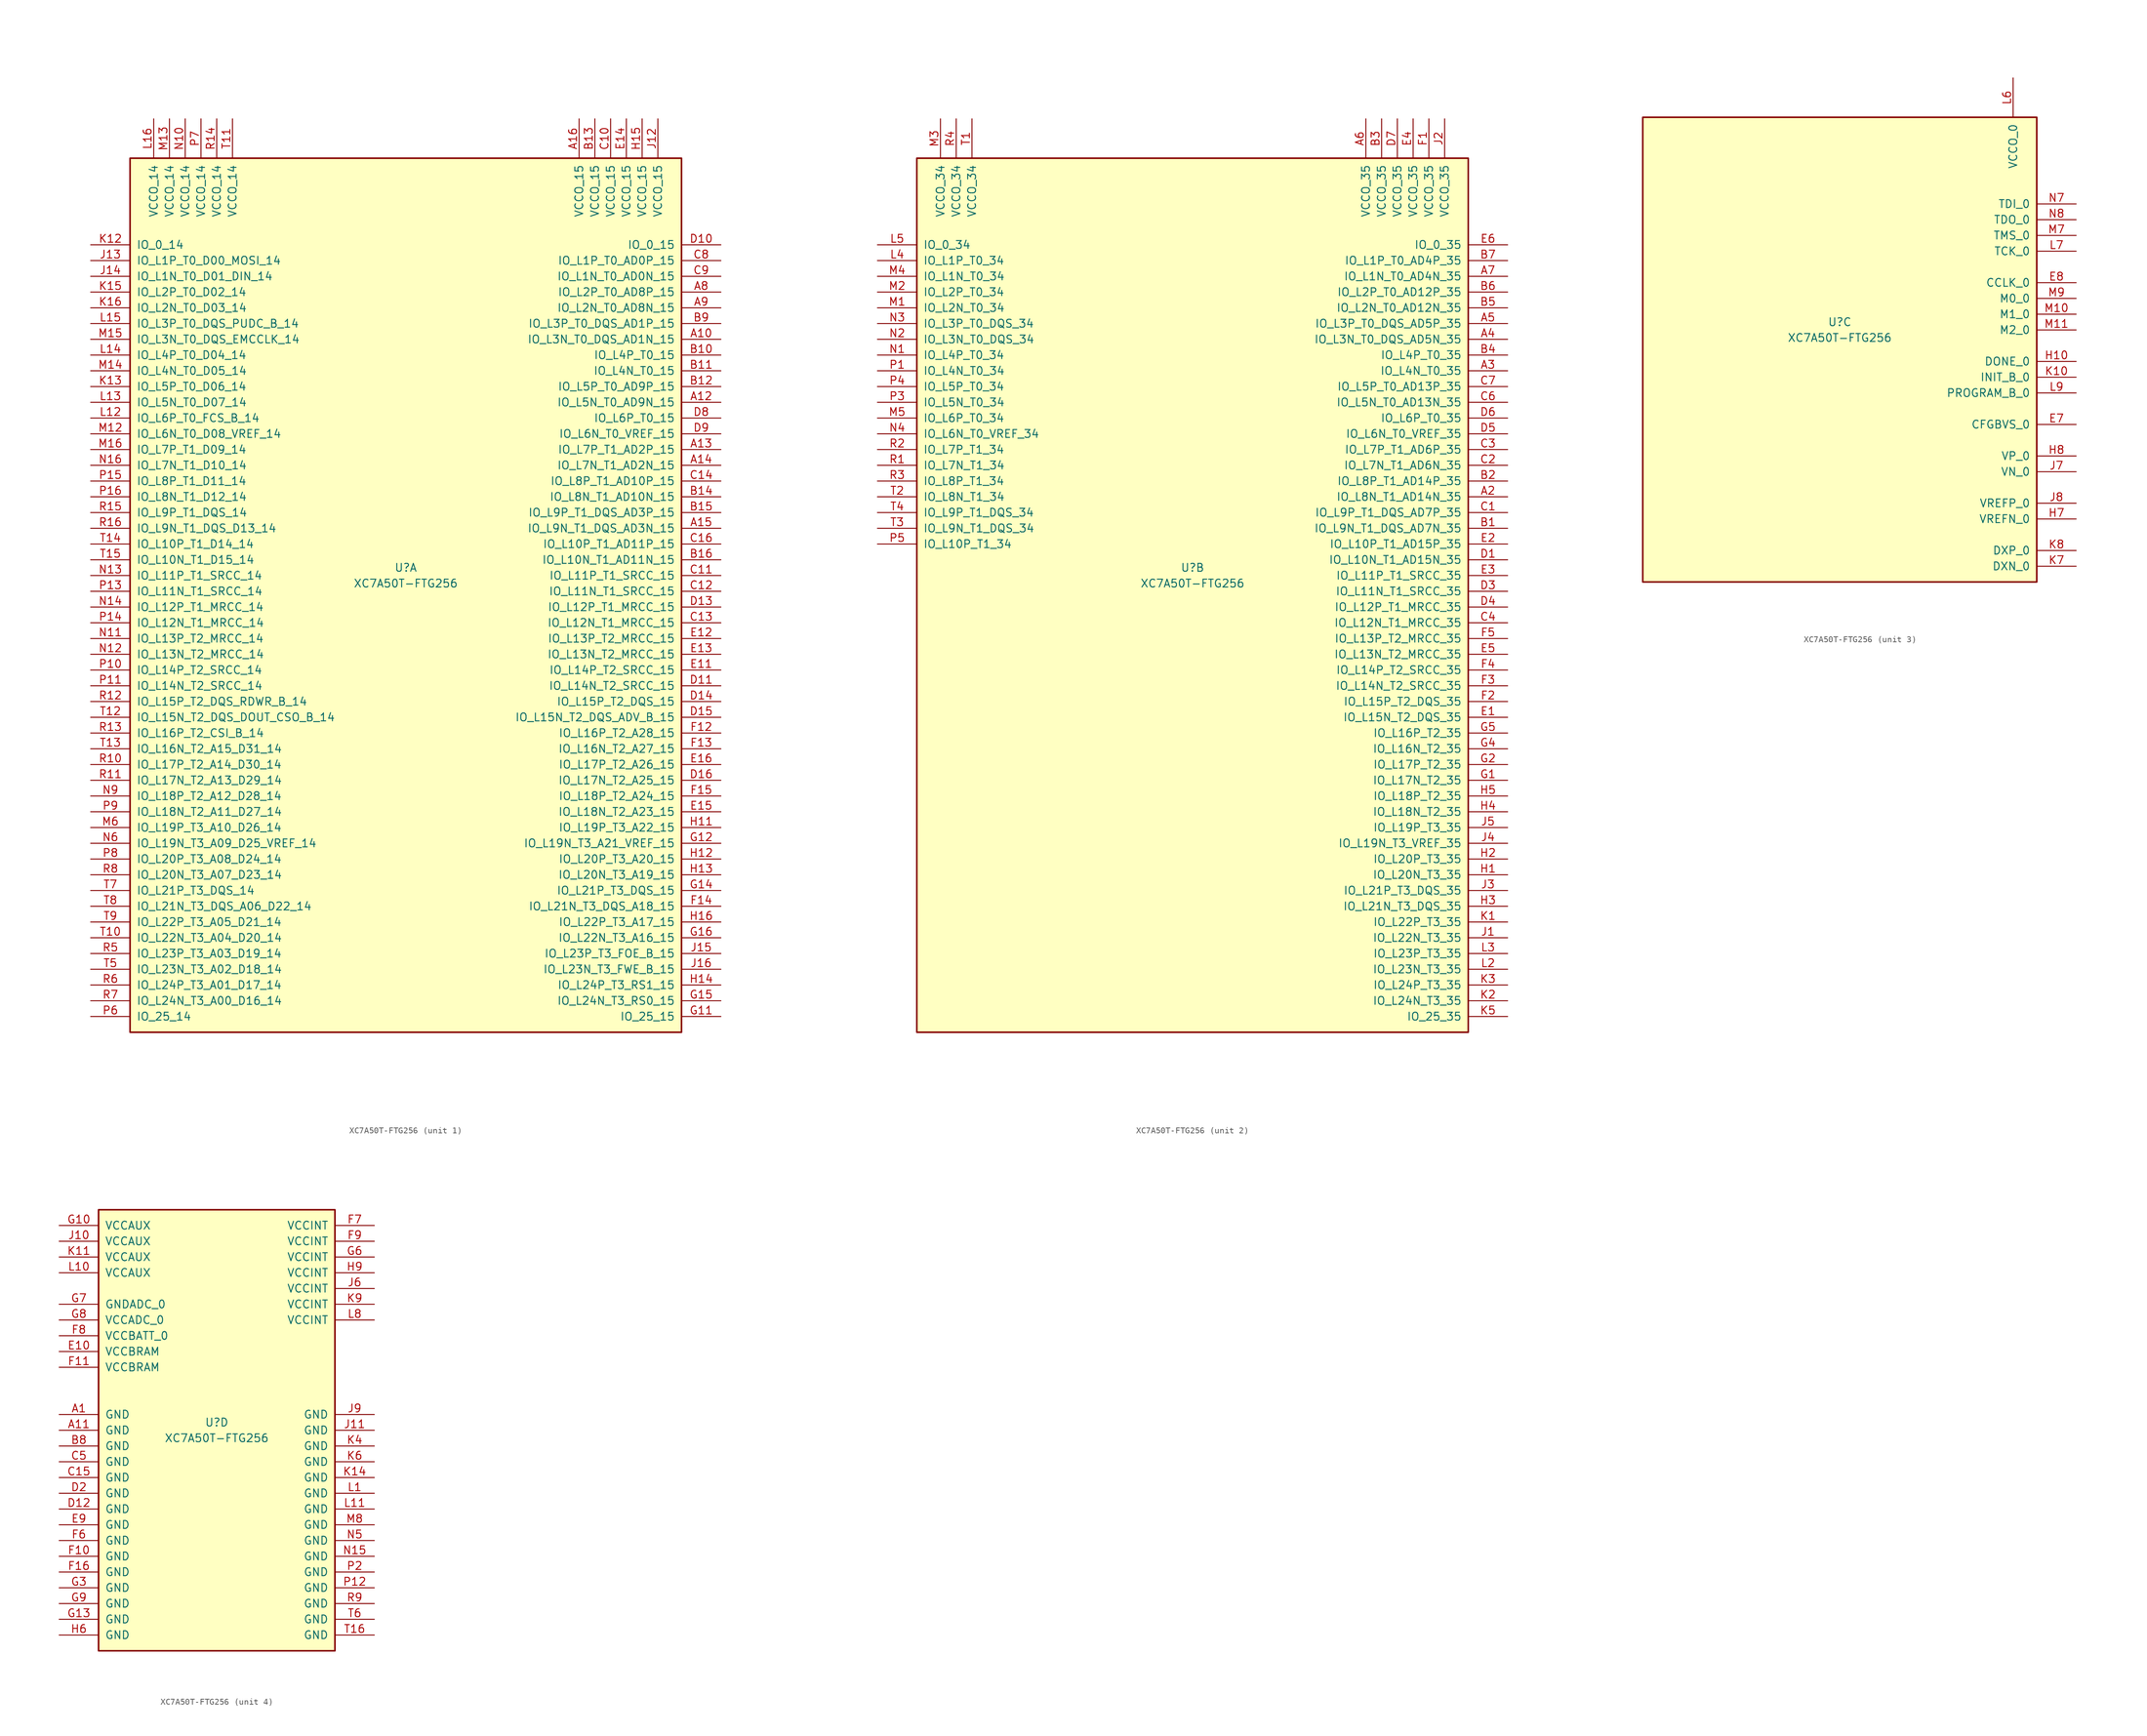
<source format=kicad_sym>
(kicad_symbol_lib
  (version 20201005)
  (generator kicad_symbol_editor)
  (symbol "XC7A50T-FTG256"
    (pin_names
      (offset 1.016))
    (property "Reference" "U"
      (at 0 1.27 0)
      (effects (font (size 1.27 1.27))))
    (property "Value" "XC7A50T-FTG256"
      (at 0 -1.27 0)
      (effects (font (size 1.27 1.27))))
    (property "Datasheet" ""
      (at 0 0 0)
      (effects (font (size 1.27 1.27))))
    (property "ki_locked" ""
      (at 0 0 0)
      (effects (font (size 1.27 1.27))))
    (symbol "XC7A50T-FTG256_1_1"
      (rectangle (start -44.45 67.31) (end 44.45 -73.66) (stroke (width 0.254)) (fill (type background)))
      (pin power_in line (at -40.64 73.66 270) (length 6.35) (name "VCCO_14" (effects (font (size 1.27 1.27)))) (number "L16" (effects (font (size 1.27 1.27)))))
      (pin power_in line (at -38.1 73.66 270) (length 6.35) (name "VCCO_14" (effects (font (size 1.27 1.27)))) (number "M13" (effects (font (size 1.27 1.27)))))
      (pin power_in line (at -35.56 73.66 270) (length 6.35) (name "VCCO_14" (effects (font (size 1.27 1.27)))) (number "N10" (effects (font (size 1.27 1.27)))))
      (pin power_in line (at -33.02 73.66 270) (length 6.35) (name "VCCO_14" (effects (font (size 1.27 1.27)))) (number "P7" (effects (font (size 1.27 1.27)))))
      (pin power_in line (at -30.48 73.66 270) (length 6.35) (name "VCCO_14" (effects (font (size 1.27 1.27)))) (number "R14" (effects (font (size 1.27 1.27)))))
      (pin power_in line (at -27.94 73.66 270) (length 6.35) (name "VCCO_14" (effects (font (size 1.27 1.27)))) (number "T11" (effects (font (size 1.27 1.27)))))
      (pin bidirectional line (at -50.8 53.34 0) (length 6.35) (name "IO_0_14" (effects (font (size 1.27 1.27)))) (number "K12" (effects (font (size 1.27 1.27)))))
      (pin bidirectional line (at -50.8 50.8 0) (length 6.35) (name "IO_L1P_T0_D00_MOSI_14" (effects (font (size 1.27 1.27)))) (number "J13" (effects (font (size 1.27 1.27)))))
      (pin bidirectional line (at -50.8 48.26 0) (length 6.35) (name "IO_L1N_T0_D01_DIN_14" (effects (font (size 1.27 1.27)))) (number "J14" (effects (font (size 1.27 1.27)))))
      (pin bidirectional line (at -50.8 45.72 0) (length 6.35) (name "IO_L2P_T0_D02_14" (effects (font (size 1.27 1.27)))) (number "K15" (effects (font (size 1.27 1.27)))))
      (pin bidirectional line (at -50.8 43.18 0) (length 6.35) (name "IO_L2N_T0_D03_14" (effects (font (size 1.27 1.27)))) (number "K16" (effects (font (size 1.27 1.27)))))
      (pin bidirectional line (at -50.8 40.64 0) (length 6.35) (name "IO_L3P_T0_DQS_PUDC_B_14" (effects (font (size 1.27 1.27)))) (number "L15" (effects (font (size 1.27 1.27)))))
      (pin bidirectional line (at -50.8 38.1 0) (length 6.35) (name "IO_L3N_T0_DQS_EMCCLK_14" (effects (font (size 1.27 1.27)))) (number "M15" (effects (font (size 1.27 1.27)))))
      (pin bidirectional line (at -50.8 35.56 0) (length 6.35) (name "IO_L4P_T0_D04_14" (effects (font (size 1.27 1.27)))) (number "L14" (effects (font (size 1.27 1.27)))))
      (pin bidirectional line (at -50.8 33.02 0) (length 6.35) (name "IO_L4N_T0_D05_14" (effects (font (size 1.27 1.27)))) (number "M14" (effects (font (size 1.27 1.27)))))
      (pin bidirectional line (at -50.8 30.48 0) (length 6.35) (name "IO_L5P_T0_D06_14" (effects (font (size 1.27 1.27)))) (number "K13" (effects (font (size 1.27 1.27)))))
      (pin bidirectional line (at -50.8 27.94 0) (length 6.35) (name "IO_L5N_T0_D07_14" (effects (font (size 1.27 1.27)))) (number "L13" (effects (font (size 1.27 1.27)))))
      (pin bidirectional line (at -50.8 25.4 0) (length 6.35) (name "IO_L6P_T0_FCS_B_14" (effects (font (size 1.27 1.27)))) (number "L12" (effects (font (size 1.27 1.27)))))
      (pin bidirectional line (at -50.8 22.86 0) (length 6.35) (name "IO_L6N_T0_D08_VREF_14" (effects (font (size 1.27 1.27)))) (number "M12" (effects (font (size 1.27 1.27)))))
      (pin bidirectional line (at -50.8 20.32 0) (length 6.35) (name "IO_L7P_T1_D09_14" (effects (font (size 1.27 1.27)))) (number "M16" (effects (font (size 1.27 1.27)))))
      (pin bidirectional line (at -50.8 17.78 0) (length 6.35) (name "IO_L7N_T1_D10_14" (effects (font (size 1.27 1.27)))) (number "N16" (effects (font (size 1.27 1.27)))))
      (pin bidirectional line (at -50.8 15.24 0) (length 6.35) (name "IO_L8P_T1_D11_14" (effects (font (size 1.27 1.27)))) (number "P15" (effects (font (size 1.27 1.27)))))
      (pin bidirectional line (at -50.8 12.7 0) (length 6.35) (name "IO_L8N_T1_D12_14" (effects (font (size 1.27 1.27)))) (number "P16" (effects (font (size 1.27 1.27)))))
      (pin bidirectional line (at -50.8 10.16 0) (length 6.35) (name "IO_L9P_T1_DQS_14" (effects (font (size 1.27 1.27)))) (number "R15" (effects (font (size 1.27 1.27)))))
      (pin bidirectional line (at -50.8 7.62 0) (length 6.35) (name "IO_L9N_T1_DQS_D13_14" (effects (font (size 1.27 1.27)))) (number "R16" (effects (font (size 1.27 1.27)))))
      (pin bidirectional line (at -50.8 5.08 0) (length 6.35) (name "IO_L10P_T1_D14_14" (effects (font (size 1.27 1.27)))) (number "T14" (effects (font (size 1.27 1.27)))))
      (pin bidirectional line (at -50.8 2.54 0) (length 6.35) (name "IO_L10N_T1_D15_14" (effects (font (size 1.27 1.27)))) (number "T15" (effects (font (size 1.27 1.27)))))
      (pin bidirectional line (at -50.8 0 0) (length 6.35) (name "IO_L11P_T1_SRCC_14" (effects (font (size 1.27 1.27)))) (number "N13" (effects (font (size 1.27 1.27)))))
      (pin bidirectional line (at -50.8 -2.54 0) (length 6.35) (name "IO_L11N_T1_SRCC_14" (effects (font (size 1.27 1.27)))) (number "P13" (effects (font (size 1.27 1.27)))))
      (pin bidirectional line (at -50.8 -5.08 0) (length 6.35) (name "IO_L12P_T1_MRCC_14" (effects (font (size 1.27 1.27)))) (number "N14" (effects (font (size 1.27 1.27)))))
      (pin bidirectional line (at -50.8 -7.62 0) (length 6.35) (name "IO_L12N_T1_MRCC_14" (effects (font (size 1.27 1.27)))) (number "P14" (effects (font (size 1.27 1.27)))))
      (pin bidirectional line (at -50.8 -10.16 0) (length 6.35) (name "IO_L13P_T2_MRCC_14" (effects (font (size 1.27 1.27)))) (number "N11" (effects (font (size 1.27 1.27)))))
      (pin bidirectional line (at -50.8 -12.7 0) (length 6.35) (name "IO_L13N_T2_MRCC_14" (effects (font (size 1.27 1.27)))) (number "N12" (effects (font (size 1.27 1.27)))))
      (pin bidirectional line (at -50.8 -15.24 0) (length 6.35) (name "IO_L14P_T2_SRCC_14" (effects (font (size 1.27 1.27)))) (number "P10" (effects (font (size 1.27 1.27)))))
      (pin bidirectional line (at -50.8 -17.78 0) (length 6.35) (name "IO_L14N_T2_SRCC_14" (effects (font (size 1.27 1.27)))) (number "P11" (effects (font (size 1.27 1.27)))))
      (pin bidirectional line (at -50.8 -20.32 0) (length 6.35) (name "IO_L15P_T2_DQS_RDWR_B_14" (effects (font (size 1.27 1.27)))) (number "R12" (effects (font (size 1.27 1.27)))))
      (pin bidirectional line (at -50.8 -22.86 0) (length 6.35) (name "IO_L15N_T2_DQS_DOUT_CSO_B_14" (effects (font (size 1.27 1.27)))) (number "T12" (effects (font (size 1.27 1.27)))))
      (pin bidirectional line (at -50.8 -25.4 0) (length 6.35) (name "IO_L16P_T2_CSI_B_14" (effects (font (size 1.27 1.27)))) (number "R13" (effects (font (size 1.27 1.27)))))
      (pin bidirectional line (at -50.8 -27.94 0) (length 6.35) (name "IO_L16N_T2_A15_D31_14" (effects (font (size 1.27 1.27)))) (number "T13" (effects (font (size 1.27 1.27)))))
      (pin bidirectional line (at -50.8 -30.48 0) (length 6.35) (name "IO_L17P_T2_A14_D30_14" (effects (font (size 1.27 1.27)))) (number "R10" (effects (font (size 1.27 1.27)))))
      (pin bidirectional line (at -50.8 -33.02 0) (length 6.35) (name "IO_L17N_T2_A13_D29_14" (effects (font (size 1.27 1.27)))) (number "R11" (effects (font (size 1.27 1.27)))))
      (pin bidirectional line (at -50.8 -35.56 0) (length 6.35) (name "IO_L18P_T2_A12_D28_14" (effects (font (size 1.27 1.27)))) (number "N9" (effects (font (size 1.27 1.27)))))
      (pin bidirectional line (at -50.8 -38.1 0) (length 6.35) (name "IO_L18N_T2_A11_D27_14" (effects (font (size 1.27 1.27)))) (number "P9" (effects (font (size 1.27 1.27)))))
      (pin bidirectional line (at -50.8 -40.64 0) (length 6.35) (name "IO_L19P_T3_A10_D26_14" (effects (font (size 1.27 1.27)))) (number "M6" (effects (font (size 1.27 1.27)))))
      (pin bidirectional line (at -50.8 -43.18 0) (length 6.35) (name "IO_L19N_T3_A09_D25_VREF_14" (effects (font (size 1.27 1.27)))) (number "N6" (effects (font (size 1.27 1.27)))))
      (pin bidirectional line (at -50.8 -45.72 0) (length 6.35) (name "IO_L20P_T3_A08_D24_14" (effects (font (size 1.27 1.27)))) (number "P8" (effects (font (size 1.27 1.27)))))
      (pin bidirectional line (at -50.8 -48.26 0) (length 6.35) (name "IO_L20N_T3_A07_D23_14" (effects (font (size 1.27 1.27)))) (number "R8" (effects (font (size 1.27 1.27)))))
      (pin bidirectional line (at -50.8 -50.8 0) (length 6.35) (name "IO_L21P_T3_DQS_14" (effects (font (size 1.27 1.27)))) (number "T7" (effects (font (size 1.27 1.27)))))
      (pin bidirectional line (at -50.8 -53.34 0) (length 6.35) (name "IO_L21N_T3_DQS_A06_D22_14" (effects (font (size 1.27 1.27)))) (number "T8" (effects (font (size 1.27 1.27)))))
      (pin bidirectional line (at -50.8 -55.88 0) (length 6.35) (name "IO_L22P_T3_A05_D21_14" (effects (font (size 1.27 1.27)))) (number "T9" (effects (font (size 1.27 1.27)))))
      (pin bidirectional line (at -50.8 -58.42 0) (length 6.35) (name "IO_L22N_T3_A04_D20_14" (effects (font (size 1.27 1.27)))) (number "T10" (effects (font (size 1.27 1.27)))))
      (pin bidirectional line (at -50.8 -60.96 0) (length 6.35) (name "IO_L23P_T3_A03_D19_14" (effects (font (size 1.27 1.27)))) (number "R5" (effects (font (size 1.27 1.27)))))
      (pin bidirectional line (at -50.8 -63.5 0) (length 6.35) (name "IO_L23N_T3_A02_D18_14" (effects (font (size 1.27 1.27)))) (number "T5" (effects (font (size 1.27 1.27)))))
      (pin bidirectional line (at -50.8 -66.04 0) (length 6.35) (name "IO_L24P_T3_A01_D17_14" (effects (font (size 1.27 1.27)))) (number "R6" (effects (font (size 1.27 1.27)))))
      (pin bidirectional line (at -50.8 -68.58 0) (length 6.35) (name "IO_L24N_T3_A00_D16_14" (effects (font (size 1.27 1.27)))) (number "R7" (effects (font (size 1.27 1.27)))))
      (pin bidirectional line (at -50.8 -71.12 0) (length 6.35) (name "IO_25_14" (effects (font (size 1.27 1.27)))) (number "P6" (effects (font (size 1.27 1.27)))))
      (pin power_in line (at 27.94 73.66 270) (length 6.35) (name "VCCO_15" (effects (font (size 1.27 1.27)))) (number "A16" (effects (font (size 1.27 1.27)))))
      (pin power_in line (at 30.48 73.66 270) (length 6.35) (name "VCCO_15" (effects (font (size 1.27 1.27)))) (number "B13" (effects (font (size 1.27 1.27)))))
      (pin power_in line (at 33.02 73.66 270) (length 6.35) (name "VCCO_15" (effects (font (size 1.27 1.27)))) (number "C10" (effects (font (size 1.27 1.27)))))
      (pin power_in line (at 35.56 73.66 270) (length 6.35) (name "VCCO_15" (effects (font (size 1.27 1.27)))) (number "E14" (effects (font (size 1.27 1.27)))))
      (pin power_in line (at 38.1 73.66 270) (length 6.35) (name "VCCO_15" (effects (font (size 1.27 1.27)))) (number "H15" (effects (font (size 1.27 1.27)))))
      (pin power_in line (at 40.64 73.66 270) (length 6.35) (name "VCCO_15" (effects (font (size 1.27 1.27)))) (number "J12" (effects (font (size 1.27 1.27)))))
      (pin bidirectional line (at 50.8 53.34 180) (length 6.35) (name "IO_0_15" (effects (font (size 1.27 1.27)))) (number "D10" (effects (font (size 1.27 1.27)))))
      (pin bidirectional line (at 50.8 50.8 180) (length 6.35) (name "IO_L1P_T0_AD0P_15" (effects (font (size 1.27 1.27)))) (number "C8" (effects (font (size 1.27 1.27)))))
      (pin bidirectional line (at 50.8 48.26 180) (length 6.35) (name "IO_L1N_T0_AD0N_15" (effects (font (size 1.27 1.27)))) (number "C9" (effects (font (size 1.27 1.27)))))
      (pin bidirectional line (at 50.8 45.72 180) (length 6.35) (name "IO_L2P_T0_AD8P_15" (effects (font (size 1.27 1.27)))) (number "A8" (effects (font (size 1.27 1.27)))))
      (pin bidirectional line (at 50.8 43.18 180) (length 6.35) (name "IO_L2N_T0_AD8N_15" (effects (font (size 1.27 1.27)))) (number "A9" (effects (font (size 1.27 1.27)))))
      (pin bidirectional line (at 50.8 40.64 180) (length 6.35) (name "IO_L3P_T0_DQS_AD1P_15" (effects (font (size 1.27 1.27)))) (number "B9" (effects (font (size 1.27 1.27)))))
      (pin bidirectional line (at 50.8 38.1 180) (length 6.35) (name "IO_L3N_T0_DQS_AD1N_15" (effects (font (size 1.27 1.27)))) (number "A10" (effects (font (size 1.27 1.27)))))
      (pin bidirectional line (at 50.8 35.56 180) (length 6.35) (name "IO_L4P_T0_15" (effects (font (size 1.27 1.27)))) (number "B10" (effects (font (size 1.27 1.27)))))
      (pin bidirectional line (at 50.8 33.02 180) (length 6.35) (name "IO_L4N_T0_15" (effects (font (size 1.27 1.27)))) (number "B11" (effects (font (size 1.27 1.27)))))
      (pin bidirectional line (at 50.8 30.48 180) (length 6.35) (name "IO_L5P_T0_AD9P_15" (effects (font (size 1.27 1.27)))) (number "B12" (effects (font (size 1.27 1.27)))))
      (pin bidirectional line (at 50.8 27.94 180) (length 6.35) (name "IO_L5N_T0_AD9N_15" (effects (font (size 1.27 1.27)))) (number "A12" (effects (font (size 1.27 1.27)))))
      (pin bidirectional line (at 50.8 25.4 180) (length 6.35) (name "IO_L6P_T0_15" (effects (font (size 1.27 1.27)))) (number "D8" (effects (font (size 1.27 1.27)))))
      (pin bidirectional line (at 50.8 22.86 180) (length 6.35) (name "IO_L6N_T0_VREF_15" (effects (font (size 1.27 1.27)))) (number "D9" (effects (font (size 1.27 1.27)))))
      (pin bidirectional line (at 50.8 20.32 180) (length 6.35) (name "IO_L7P_T1_AD2P_15" (effects (font (size 1.27 1.27)))) (number "A13" (effects (font (size 1.27 1.27)))))
      (pin bidirectional line (at 50.8 17.78 180) (length 6.35) (name "IO_L7N_T1_AD2N_15" (effects (font (size 1.27 1.27)))) (number "A14" (effects (font (size 1.27 1.27)))))
      (pin bidirectional line (at 50.8 15.24 180) (length 6.35) (name "IO_L8P_T1_AD10P_15" (effects (font (size 1.27 1.27)))) (number "C14" (effects (font (size 1.27 1.27)))))
      (pin bidirectional line (at 50.8 12.7 180) (length 6.35) (name "IO_L8N_T1_AD10N_15" (effects (font (size 1.27 1.27)))) (number "B14" (effects (font (size 1.27 1.27)))))
      (pin bidirectional line (at 50.8 10.16 180) (length 6.35) (name "IO_L9P_T1_DQS_AD3P_15" (effects (font (size 1.27 1.27)))) (number "B15" (effects (font (size 1.27 1.27)))))
      (pin bidirectional line (at 50.8 7.62 180) (length 6.35) (name "IO_L9N_T1_DQS_AD3N_15" (effects (font (size 1.27 1.27)))) (number "A15" (effects (font (size 1.27 1.27)))))
      (pin bidirectional line (at 50.8 5.08 180) (length 6.35) (name "IO_L10P_T1_AD11P_15" (effects (font (size 1.27 1.27)))) (number "C16" (effects (font (size 1.27 1.27)))))
      (pin bidirectional line (at 50.8 2.54 180) (length 6.35) (name "IO_L10N_T1_AD11N_15" (effects (font (size 1.27 1.27)))) (number "B16" (effects (font (size 1.27 1.27)))))
      (pin bidirectional line (at 50.8 0 180) (length 6.35) (name "IO_L11P_T1_SRCC_15" (effects (font (size 1.27 1.27)))) (number "C11" (effects (font (size 1.27 1.27)))))
      (pin bidirectional line (at 50.8 -2.54 180) (length 6.35) (name "IO_L11N_T1_SRCC_15" (effects (font (size 1.27 1.27)))) (number "C12" (effects (font (size 1.27 1.27)))))
      (pin bidirectional line (at 50.8 -5.08 180) (length 6.35) (name "IO_L12P_T1_MRCC_15" (effects (font (size 1.27 1.27)))) (number "D13" (effects (font (size 1.27 1.27)))))
      (pin bidirectional line (at 50.8 -7.62 180) (length 6.35) (name "IO_L12N_T1_MRCC_15" (effects (font (size 1.27 1.27)))) (number "C13" (effects (font (size 1.27 1.27)))))
      (pin bidirectional line (at 50.8 -10.16 180) (length 6.35) (name "IO_L13P_T2_MRCC_15" (effects (font (size 1.27 1.27)))) (number "E12" (effects (font (size 1.27 1.27)))))
      (pin bidirectional line (at 50.8 -12.7 180) (length 6.35) (name "IO_L13N_T2_MRCC_15" (effects (font (size 1.27 1.27)))) (number "E13" (effects (font (size 1.27 1.27)))))
      (pin bidirectional line (at 50.8 -15.24 180) (length 6.35) (name "IO_L14P_T2_SRCC_15" (effects (font (size 1.27 1.27)))) (number "E11" (effects (font (size 1.27 1.27)))))
      (pin bidirectional line (at 50.8 -17.78 180) (length 6.35) (name "IO_L14N_T2_SRCC_15" (effects (font (size 1.27 1.27)))) (number "D11" (effects (font (size 1.27 1.27)))))
      (pin bidirectional line (at 50.8 -20.32 180) (length 6.35) (name "IO_L15P_T2_DQS_15" (effects (font (size 1.27 1.27)))) (number "D14" (effects (font (size 1.27 1.27)))))
      (pin bidirectional line (at 50.8 -22.86 180) (length 6.35) (name "IO_L15N_T2_DQS_ADV_B_15" (effects (font (size 1.27 1.27)))) (number "D15" (effects (font (size 1.27 1.27)))))
      (pin bidirectional line (at 50.8 -25.4 180) (length 6.35) (name "IO_L16P_T2_A28_15" (effects (font (size 1.27 1.27)))) (number "F12" (effects (font (size 1.27 1.27)))))
      (pin bidirectional line (at 50.8 -27.94 180) (length 6.35) (name "IO_L16N_T2_A27_15" (effects (font (size 1.27 1.27)))) (number "F13" (effects (font (size 1.27 1.27)))))
      (pin bidirectional line (at 50.8 -30.48 180) (length 6.35) (name "IO_L17P_T2_A26_15" (effects (font (size 1.27 1.27)))) (number "E16" (effects (font (size 1.27 1.27)))))
      (pin bidirectional line (at 50.8 -33.02 180) (length 6.35) (name "IO_L17N_T2_A25_15" (effects (font (size 1.27 1.27)))) (number "D16" (effects (font (size 1.27 1.27)))))
      (pin bidirectional line (at 50.8 -35.56 180) (length 6.35) (name "IO_L18P_T2_A24_15" (effects (font (size 1.27 1.27)))) (number "F15" (effects (font (size 1.27 1.27)))))
      (pin bidirectional line (at 50.8 -38.1 180) (length 6.35) (name "IO_L18N_T2_A23_15" (effects (font (size 1.27 1.27)))) (number "E15" (effects (font (size 1.27 1.27)))))
      (pin bidirectional line (at 50.8 -40.64 180) (length 6.35) (name "IO_L19P_T3_A22_15" (effects (font (size 1.27 1.27)))) (number "H11" (effects (font (size 1.27 1.27)))))
      (pin bidirectional line (at 50.8 -43.18 180) (length 6.35) (name "IO_L19N_T3_A21_VREF_15" (effects (font (size 1.27 1.27)))) (number "G12" (effects (font (size 1.27 1.27)))))
      (pin bidirectional line (at 50.8 -45.72 180) (length 6.35) (name "IO_L20P_T3_A20_15" (effects (font (size 1.27 1.27)))) (number "H12" (effects (font (size 1.27 1.27)))))
      (pin bidirectional line (at 50.8 -48.26 180) (length 6.35) (name "IO_L20N_T3_A19_15" (effects (font (size 1.27 1.27)))) (number "H13" (effects (font (size 1.27 1.27)))))
      (pin bidirectional line (at 50.8 -50.8 180) (length 6.35) (name "IO_L21P_T3_DQS_15" (effects (font (size 1.27 1.27)))) (number "G14" (effects (font (size 1.27 1.27)))))
      (pin bidirectional line (at 50.8 -53.34 180) (length 6.35) (name "IO_L21N_T3_DQS_A18_15" (effects (font (size 1.27 1.27)))) (number "F14" (effects (font (size 1.27 1.27)))))
      (pin bidirectional line (at 50.8 -55.88 180) (length 6.35) (name "IO_L22P_T3_A17_15" (effects (font (size 1.27 1.27)))) (number "H16" (effects (font (size 1.27 1.27)))))
      (pin bidirectional line (at 50.8 -58.42 180) (length 6.35) (name "IO_L22N_T3_A16_15" (effects (font (size 1.27 1.27)))) (number "G16" (effects (font (size 1.27 1.27)))))
      (pin bidirectional line (at 50.8 -60.96 180) (length 6.35) (name "IO_L23P_T3_FOE_B_15" (effects (font (size 1.27 1.27)))) (number "J15" (effects (font (size 1.27 1.27)))))
      (pin bidirectional line (at 50.8 -63.5 180) (length 6.35) (name "IO_L23N_T3_FWE_B_15" (effects (font (size 1.27 1.27)))) (number "J16" (effects (font (size 1.27 1.27)))))
      (pin bidirectional line (at 50.8 -66.04 180) (length 6.35) (name "IO_L24P_T3_RS1_15" (effects (font (size 1.27 1.27)))) (number "H14" (effects (font (size 1.27 1.27)))))
      (pin bidirectional line (at 50.8 -68.58 180) (length 6.35) (name "IO_L24N_T3_RS0_15" (effects (font (size 1.27 1.27)))) (number "G15" (effects (font (size 1.27 1.27)))))
      (pin bidirectional line (at 50.8 -71.12 180) (length 6.35) (name "IO_25_15" (effects (font (size 1.27 1.27)))) (number "G11" (effects (font (size 1.27 1.27))))))
    (symbol "XC7A50T-FTG256_2_1"
      (rectangle (start -44.45 67.31) (end 44.45 -73.66) (stroke (width 0.254)) (fill (type background)))
      (pin power_in line (at -40.64 73.66 270) (length 6.35) (name "VCCO_34" (effects (font (size 1.27 1.27)))) (number "M3" (effects (font (size 1.27 1.27)))))
      (pin power_in line (at -38.1 73.66 270) (length 6.35) (name "VCCO_34" (effects (font (size 1.27 1.27)))) (number "R4" (effects (font (size 1.27 1.27)))))
      (pin power_in line (at -35.56 73.66 270) (length 6.35) (name "VCCO_34" (effects (font (size 1.27 1.27)))) (number "T1" (effects (font (size 1.27 1.27)))))
      (pin bidirectional line (at -50.8 53.34 0) (length 6.35) (name "IO_0_34" (effects (font (size 1.27 1.27)))) (number "L5" (effects (font (size 1.27 1.27)))))
      (pin bidirectional line (at -50.8 50.8 0) (length 6.35) (name "IO_L1P_T0_34" (effects (font (size 1.27 1.27)))) (number "L4" (effects (font (size 1.27 1.27)))))
      (pin bidirectional line (at -50.8 48.26 0) (length 6.35) (name "IO_L1N_T0_34" (effects (font (size 1.27 1.27)))) (number "M4" (effects (font (size 1.27 1.27)))))
      (pin bidirectional line (at -50.8 45.72 0) (length 6.35) (name "IO_L2P_T0_34" (effects (font (size 1.27 1.27)))) (number "M2" (effects (font (size 1.27 1.27)))))
      (pin bidirectional line (at -50.8 43.18 0) (length 6.35) (name "IO_L2N_T0_34" (effects (font (size 1.27 1.27)))) (number "M1" (effects (font (size 1.27 1.27)))))
      (pin bidirectional line (at -50.8 40.64 0) (length 6.35) (name "IO_L3P_T0_DQS_34" (effects (font (size 1.27 1.27)))) (number "N3" (effects (font (size 1.27 1.27)))))
      (pin bidirectional line (at -50.8 38.1 0) (length 6.35) (name "IO_L3N_T0_DQS_34" (effects (font (size 1.27 1.27)))) (number "N2" (effects (font (size 1.27 1.27)))))
      (pin bidirectional line (at -50.8 35.56 0) (length 6.35) (name "IO_L4P_T0_34" (effects (font (size 1.27 1.27)))) (number "N1" (effects (font (size 1.27 1.27)))))
      (pin bidirectional line (at -50.8 33.02 0) (length 6.35) (name "IO_L4N_T0_34" (effects (font (size 1.27 1.27)))) (number "P1" (effects (font (size 1.27 1.27)))))
      (pin bidirectional line (at -50.8 30.48 0) (length 6.35) (name "IO_L5P_T0_34" (effects (font (size 1.27 1.27)))) (number "P4" (effects (font (size 1.27 1.27)))))
      (pin bidirectional line (at -50.8 27.94 0) (length 6.35) (name "IO_L5N_T0_34" (effects (font (size 1.27 1.27)))) (number "P3" (effects (font (size 1.27 1.27)))))
      (pin bidirectional line (at -50.8 25.4 0) (length 6.35) (name "IO_L6P_T0_34" (effects (font (size 1.27 1.27)))) (number "M5" (effects (font (size 1.27 1.27)))))
      (pin bidirectional line (at -50.8 22.86 0) (length 6.35) (name "IO_L6N_T0_VREF_34" (effects (font (size 1.27 1.27)))) (number "N4" (effects (font (size 1.27 1.27)))))
      (pin bidirectional line (at -50.8 20.32 0) (length 6.35) (name "IO_L7P_T1_34" (effects (font (size 1.27 1.27)))) (number "R2" (effects (font (size 1.27 1.27)))))
      (pin bidirectional line (at -50.8 17.78 0) (length 6.35) (name "IO_L7N_T1_34" (effects (font (size 1.27 1.27)))) (number "R1" (effects (font (size 1.27 1.27)))))
      (pin bidirectional line (at -50.8 15.24 0) (length 6.35) (name "IO_L8P_T1_34" (effects (font (size 1.27 1.27)))) (number "R3" (effects (font (size 1.27 1.27)))))
      (pin bidirectional line (at -50.8 12.7 0) (length 6.35) (name "IO_L8N_T1_34" (effects (font (size 1.27 1.27)))) (number "T2" (effects (font (size 1.27 1.27)))))
      (pin bidirectional line (at -50.8 10.16 0) (length 6.35) (name "IO_L9P_T1_DQS_34" (effects (font (size 1.27 1.27)))) (number "T4" (effects (font (size 1.27 1.27)))))
      (pin bidirectional line (at -50.8 7.62 0) (length 6.35) (name "IO_L9N_T1_DQS_34" (effects (font (size 1.27 1.27)))) (number "T3" (effects (font (size 1.27 1.27)))))
      (pin bidirectional line (at -50.8 5.08 0) (length 6.35) (name "IO_L10P_T1_34" (effects (font (size 1.27 1.27)))) (number "P5" (effects (font (size 1.27 1.27)))))
      (pin power_in line (at 27.94 73.66 270) (length 6.35) (name "VCCO_35" (effects (font (size 1.27 1.27)))) (number "A6" (effects (font (size 1.27 1.27)))))
      (pin power_in line (at 30.48 73.66 270) (length 6.35) (name "VCCO_35" (effects (font (size 1.27 1.27)))) (number "B3" (effects (font (size 1.27 1.27)))))
      (pin power_in line (at 33.02 73.66 270) (length 6.35) (name "VCCO_35" (effects (font (size 1.27 1.27)))) (number "D7" (effects (font (size 1.27 1.27)))))
      (pin power_in line (at 35.56 73.66 270) (length 6.35) (name "VCCO_35" (effects (font (size 1.27 1.27)))) (number "E4" (effects (font (size 1.27 1.27)))))
      (pin power_in line (at 38.1 73.66 270) (length 6.35) (name "VCCO_35" (effects (font (size 1.27 1.27)))) (number "F1" (effects (font (size 1.27 1.27)))))
      (pin power_in line (at 40.64 73.66 270) (length 6.35) (name "VCCO_35" (effects (font (size 1.27 1.27)))) (number "J2" (effects (font (size 1.27 1.27)))))
      (pin bidirectional line (at 50.8 53.34 180) (length 6.35) (name "IO_0_35" (effects (font (size 1.27 1.27)))) (number "E6" (effects (font (size 1.27 1.27)))))
      (pin bidirectional line (at 50.8 50.8 180) (length 6.35) (name "IO_L1P_T0_AD4P_35" (effects (font (size 1.27 1.27)))) (number "B7" (effects (font (size 1.27 1.27)))))
      (pin bidirectional line (at 50.8 48.26 180) (length 6.35) (name "IO_L1N_T0_AD4N_35" (effects (font (size 1.27 1.27)))) (number "A7" (effects (font (size 1.27 1.27)))))
      (pin bidirectional line (at 50.8 45.72 180) (length 6.35) (name "IO_L2P_T0_AD12P_35" (effects (font (size 1.27 1.27)))) (number "B6" (effects (font (size 1.27 1.27)))))
      (pin bidirectional line (at 50.8 43.18 180) (length 6.35) (name "IO_L2N_T0_AD12N_35" (effects (font (size 1.27 1.27)))) (number "B5" (effects (font (size 1.27 1.27)))))
      (pin bidirectional line (at 50.8 40.64 180) (length 6.35) (name "IO_L3P_T0_DQS_AD5P_35" (effects (font (size 1.27 1.27)))) (number "A5" (effects (font (size 1.27 1.27)))))
      (pin bidirectional line (at 50.8 38.1 180) (length 6.35) (name "IO_L3N_T0_DQS_AD5N_35" (effects (font (size 1.27 1.27)))) (number "A4" (effects (font (size 1.27 1.27)))))
      (pin bidirectional line (at 50.8 35.56 180) (length 6.35) (name "IO_L4P_T0_35" (effects (font (size 1.27 1.27)))) (number "B4" (effects (font (size 1.27 1.27)))))
      (pin bidirectional line (at 50.8 33.02 180) (length 6.35) (name "IO_L4N_T0_35" (effects (font (size 1.27 1.27)))) (number "A3" (effects (font (size 1.27 1.27)))))
      (pin bidirectional line (at 50.8 30.48 180) (length 6.35) (name "IO_L5P_T0_AD13P_35" (effects (font (size 1.27 1.27)))) (number "C7" (effects (font (size 1.27 1.27)))))
      (pin bidirectional line (at 50.8 27.94 180) (length 6.35) (name "IO_L5N_T0_AD13N_35" (effects (font (size 1.27 1.27)))) (number "C6" (effects (font (size 1.27 1.27)))))
      (pin bidirectional line (at 50.8 25.4 180) (length 6.35) (name "IO_L6P_T0_35" (effects (font (size 1.27 1.27)))) (number "D6" (effects (font (size 1.27 1.27)))))
      (pin bidirectional line (at 50.8 22.86 180) (length 6.35) (name "IO_L6N_T0_VREF_35" (effects (font (size 1.27 1.27)))) (number "D5" (effects (font (size 1.27 1.27)))))
      (pin bidirectional line (at 50.8 20.32 180) (length 6.35) (name "IO_L7P_T1_AD6P_35" (effects (font (size 1.27 1.27)))) (number "C3" (effects (font (size 1.27 1.27)))))
      (pin bidirectional line (at 50.8 17.78 180) (length 6.35) (name "IO_L7N_T1_AD6N_35" (effects (font (size 1.27 1.27)))) (number "C2" (effects (font (size 1.27 1.27)))))
      (pin bidirectional line (at 50.8 15.24 180) (length 6.35) (name "IO_L8P_T1_AD14P_35" (effects (font (size 1.27 1.27)))) (number "B2" (effects (font (size 1.27 1.27)))))
      (pin bidirectional line (at 50.8 12.7 180) (length 6.35) (name "IO_L8N_T1_AD14N_35" (effects (font (size 1.27 1.27)))) (number "A2" (effects (font (size 1.27 1.27)))))
      (pin bidirectional line (at 50.8 10.16 180) (length 6.35) (name "IO_L9P_T1_DQS_AD7P_35" (effects (font (size 1.27 1.27)))) (number "C1" (effects (font (size 1.27 1.27)))))
      (pin bidirectional line (at 50.8 7.62 180) (length 6.35) (name "IO_L9N_T1_DQS_AD7N_35" (effects (font (size 1.27 1.27)))) (number "B1" (effects (font (size 1.27 1.27)))))
      (pin bidirectional line (at 50.8 5.08 180) (length 6.35) (name "IO_L10P_T1_AD15P_35" (effects (font (size 1.27 1.27)))) (number "E2" (effects (font (size 1.27 1.27)))))
      (pin bidirectional line (at 50.8 2.54 180) (length 6.35) (name "IO_L10N_T1_AD15N_35" (effects (font (size 1.27 1.27)))) (number "D1" (effects (font (size 1.27 1.27)))))
      (pin bidirectional line (at 50.8 0 180) (length 6.35) (name "IO_L11P_T1_SRCC_35" (effects (font (size 1.27 1.27)))) (number "E3" (effects (font (size 1.27 1.27)))))
      (pin bidirectional line (at 50.8 -2.54 180) (length 6.35) (name "IO_L11N_T1_SRCC_35" (effects (font (size 1.27 1.27)))) (number "D3" (effects (font (size 1.27 1.27)))))
      (pin bidirectional line (at 50.8 -5.08 180) (length 6.35) (name "IO_L12P_T1_MRCC_35" (effects (font (size 1.27 1.27)))) (number "D4" (effects (font (size 1.27 1.27)))))
      (pin bidirectional line (at 50.8 -7.62 180) (length 6.35) (name "IO_L12N_T1_MRCC_35" (effects (font (size 1.27 1.27)))) (number "C4" (effects (font (size 1.27 1.27)))))
      (pin bidirectional line (at 50.8 -10.16 180) (length 6.35) (name "IO_L13P_T2_MRCC_35" (effects (font (size 1.27 1.27)))) (number "F5" (effects (font (size 1.27 1.27)))))
      (pin bidirectional line (at 50.8 -12.7 180) (length 6.35) (name "IO_L13N_T2_MRCC_35" (effects (font (size 1.27 1.27)))) (number "E5" (effects (font (size 1.27 1.27)))))
      (pin bidirectional line (at 50.8 -15.24 180) (length 6.35) (name "IO_L14P_T2_SRCC_35" (effects (font (size 1.27 1.27)))) (number "F4" (effects (font (size 1.27 1.27)))))
      (pin bidirectional line (at 50.8 -17.78 180) (length 6.35) (name "IO_L14N_T2_SRCC_35" (effects (font (size 1.27 1.27)))) (number "F3" (effects (font (size 1.27 1.27)))))
      (pin bidirectional line (at 50.8 -20.32 180) (length 6.35) (name "IO_L15P_T2_DQS_35" (effects (font (size 1.27 1.27)))) (number "F2" (effects (font (size 1.27 1.27)))))
      (pin bidirectional line (at 50.8 -22.86 180) (length 6.35) (name "IO_L15N_T2_DQS_35" (effects (font (size 1.27 1.27)))) (number "E1" (effects (font (size 1.27 1.27)))))
      (pin bidirectional line (at 50.8 -25.4 180) (length 6.35) (name "IO_L16P_T2_35" (effects (font (size 1.27 1.27)))) (number "G5" (effects (font (size 1.27 1.27)))))
      (pin bidirectional line (at 50.8 -27.94 180) (length 6.35) (name "IO_L16N_T2_35" (effects (font (size 1.27 1.27)))) (number "G4" (effects (font (size 1.27 1.27)))))
      (pin bidirectional line (at 50.8 -30.48 180) (length 6.35) (name "IO_L17P_T2_35" (effects (font (size 1.27 1.27)))) (number "G2" (effects (font (size 1.27 1.27)))))
      (pin bidirectional line (at 50.8 -33.02 180) (length 6.35) (name "IO_L17N_T2_35" (effects (font (size 1.27 1.27)))) (number "G1" (effects (font (size 1.27 1.27)))))
      (pin bidirectional line (at 50.8 -35.56 180) (length 6.35) (name "IO_L18P_T2_35" (effects (font (size 1.27 1.27)))) (number "H5" (effects (font (size 1.27 1.27)))))
      (pin bidirectional line (at 50.8 -38.1 180) (length 6.35) (name "IO_L18N_T2_35" (effects (font (size 1.27 1.27)))) (number "H4" (effects (font (size 1.27 1.27)))))
      (pin bidirectional line (at 50.8 -40.64 180) (length 6.35) (name "IO_L19P_T3_35" (effects (font (size 1.27 1.27)))) (number "J5" (effects (font (size 1.27 1.27)))))
      (pin bidirectional line (at 50.8 -43.18 180) (length 6.35) (name "IO_L19N_T3_VREF_35" (effects (font (size 1.27 1.27)))) (number "J4" (effects (font (size 1.27 1.27)))))
      (pin bidirectional line (at 50.8 -45.72 180) (length 6.35) (name "IO_L20P_T3_35" (effects (font (size 1.27 1.27)))) (number "H2" (effects (font (size 1.27 1.27)))))
      (pin bidirectional line (at 50.8 -48.26 180) (length 6.35) (name "IO_L20N_T3_35" (effects (font (size 1.27 1.27)))) (number "H1" (effects (font (size 1.27 1.27)))))
      (pin bidirectional line (at 50.8 -50.8 180) (length 6.35) (name "IO_L21P_T3_DQS_35" (effects (font (size 1.27 1.27)))) (number "J3" (effects (font (size 1.27 1.27)))))
      (pin bidirectional line (at 50.8 -53.34 180) (length 6.35) (name "IO_L21N_T3_DQS_35" (effects (font (size 1.27 1.27)))) (number "H3" (effects (font (size 1.27 1.27)))))
      (pin bidirectional line (at 50.8 -55.88 180) (length 6.35) (name "IO_L22P_T3_35" (effects (font (size 1.27 1.27)))) (number "K1" (effects (font (size 1.27 1.27)))))
      (pin bidirectional line (at 50.8 -58.42 180) (length 6.35) (name "IO_L22N_T3_35" (effects (font (size 1.27 1.27)))) (number "J1" (effects (font (size 1.27 1.27)))))
      (pin bidirectional line (at 50.8 -60.96 180) (length 6.35) (name "IO_L23P_T3_35" (effects (font (size 1.27 1.27)))) (number "L3" (effects (font (size 1.27 1.27)))))
      (pin bidirectional line (at 50.8 -63.5 180) (length 6.35) (name "IO_L23N_T3_35" (effects (font (size 1.27 1.27)))) (number "L2" (effects (font (size 1.27 1.27)))))
      (pin bidirectional line (at 50.8 -66.04 180) (length 6.35) (name "IO_L24P_T3_35" (effects (font (size 1.27 1.27)))) (number "K3" (effects (font (size 1.27 1.27)))))
      (pin bidirectional line (at 50.8 -68.58 180) (length 6.35) (name "IO_L24N_T3_35" (effects (font (size 1.27 1.27)))) (number "K2" (effects (font (size 1.27 1.27)))))
      (pin bidirectional line (at 50.8 -71.12 180) (length 6.35) (name "IO_25_35" (effects (font (size 1.27 1.27)))) (number "K5" (effects (font (size 1.27 1.27))))))
    (symbol "XC7A50T-FTG256_3_1"
      (rectangle (start -31.75 34.29) (end 31.75 -40.64) (stroke (width 0.254)) (fill (type background)))
      (pin power_in line (at 27.94 40.64 270) (length 6.35) (name "VCCO_0" (effects (font (size 1.27 1.27)))) (number "L6" (effects (font (size 1.27 1.27)))))
      (pin bidirectional line (at 38.1 20.32 180) (length 6.35) (name "TDI_0" (effects (font (size 1.27 1.27)))) (number "N7" (effects (font (size 1.27 1.27)))))
      (pin bidirectional line (at 38.1 17.78 180) (length 6.35) (name "TDO_0" (effects (font (size 1.27 1.27)))) (number "N8" (effects (font (size 1.27 1.27)))))
      (pin bidirectional line (at 38.1 15.24 180) (length 6.35) (name "TMS_0" (effects (font (size 1.27 1.27)))) (number "M7" (effects (font (size 1.27 1.27)))))
      (pin bidirectional line (at 38.1 12.7 180) (length 6.35) (name "TCK_0" (effects (font (size 1.27 1.27)))) (number "L7" (effects (font (size 1.27 1.27)))))
      (pin bidirectional line (at 38.1 7.62 180) (length 6.35) (name "CCLK_0" (effects (font (size 1.27 1.27)))) (number "E8" (effects (font (size 1.27 1.27)))))
      (pin bidirectional line (at 38.1 5.08 180) (length 6.35) (name "M0_0" (effects (font (size 1.27 1.27)))) (number "M9" (effects (font (size 1.27 1.27)))))
      (pin bidirectional line (at 38.1 2.54 180) (length 6.35) (name "M1_0" (effects (font (size 1.27 1.27)))) (number "M10" (effects (font (size 1.27 1.27)))))
      (pin bidirectional line (at 38.1 0 180) (length 6.35) (name "M2_0" (effects (font (size 1.27 1.27)))) (number "M11" (effects (font (size 1.27 1.27)))))
      (pin bidirectional line (at 38.1 -5.08 180) (length 6.35) (name "DONE_0" (effects (font (size 1.27 1.27)))) (number "H10" (effects (font (size 1.27 1.27)))))
      (pin bidirectional line (at 38.1 -7.62 180) (length 6.35) (name "INIT_B_0" (effects (font (size 1.27 1.27)))) (number "K10" (effects (font (size 1.27 1.27)))))
      (pin bidirectional line (at 38.1 -10.16 180) (length 6.35) (name "PROGRAM_B_0" (effects (font (size 1.27 1.27)))) (number "L9" (effects (font (size 1.27 1.27)))))
      (pin bidirectional line (at 38.1 -15.24 180) (length 6.35) (name "CFGBVS_0" (effects (font (size 1.27 1.27)))) (number "E7" (effects (font (size 1.27 1.27)))))
      (pin bidirectional line (at 38.1 -20.32 180) (length 6.35) (name "VP_0" (effects (font (size 1.27 1.27)))) (number "H8" (effects (font (size 1.27 1.27)))))
      (pin bidirectional line (at 38.1 -22.86 180) (length 6.35) (name "VN_0" (effects (font (size 1.27 1.27)))) (number "J7" (effects (font (size 1.27 1.27)))))
      (pin bidirectional line (at 38.1 -27.94 180) (length 6.35) (name "VREFP_0" (effects (font (size 1.27 1.27)))) (number "J8" (effects (font (size 1.27 1.27)))))
      (pin bidirectional line (at 38.1 -30.48 180) (length 6.35) (name "VREFN_0" (effects (font (size 1.27 1.27)))) (number "H7" (effects (font (size 1.27 1.27)))))
      (pin bidirectional line (at 38.1 -35.56 180) (length 6.35) (name "DXP_0" (effects (font (size 1.27 1.27)))) (number "K8" (effects (font (size 1.27 1.27)))))
      (pin bidirectional line (at 38.1 -38.1 180) (length 6.35) (name "DXN_0" (effects (font (size 1.27 1.27)))) (number "K7" (effects (font (size 1.27 1.27))))))
    (symbol "XC7A50T-FTG256_4_1"
      (rectangle (start -19.05 35.56) (end 19.05 -35.56) (stroke (width 0.254)) (fill (type background)))
      (pin power_in line (at -25.4 33.02 0) (length 6.35) (name "VCCAUX" (effects (font (size 1.27 1.27)))) (number "G10" (effects (font (size 1.27 1.27)))))
      (pin power_in line (at -25.4 30.48 0) (length 6.35) (name "VCCAUX" (effects (font (size 1.27 1.27)))) (number "J10" (effects (font (size 1.27 1.27)))))
      (pin power_in line (at -25.4 27.94 0) (length 6.35) (name "VCCAUX" (effects (font (size 1.27 1.27)))) (number "K11" (effects (font (size 1.27 1.27)))))
      (pin power_in line (at -25.4 25.4 0) (length 6.35) (name "VCCAUX" (effects (font (size 1.27 1.27)))) (number "L10" (effects (font (size 1.27 1.27)))))
      (pin power_in line (at -25.4 20.32 0) (length 6.35) (name "GNDADC_0" (effects (font (size 1.27 1.27)))) (number "G7" (effects (font (size 1.27 1.27)))))
      (pin power_in line (at -25.4 17.78 0) (length 6.35) (name "VCCADC_0" (effects (font (size 1.27 1.27)))) (number "G8" (effects (font (size 1.27 1.27)))))
      (pin power_in line (at -25.4 15.24 0) (length 6.35) (name "VCCBATT_0" (effects (font (size 1.27 1.27)))) (number "F8" (effects (font (size 1.27 1.27)))))
      (pin power_in line (at -25.4 12.7 0) (length 6.35) (name "VCCBRAM" (effects (font (size 1.27 1.27)))) (number "E10" (effects (font (size 1.27 1.27)))))
      (pin power_in line (at -25.4 10.16 0) (length 6.35) (name "VCCBRAM" (effects (font (size 1.27 1.27)))) (number "F11" (effects (font (size 1.27 1.27)))))
      (pin power_in line (at -25.4 2.54 0) (length 6.35) (name "GND" (effects (font (size 1.27 1.27)))) (number "A1" (effects (font (size 1.27 1.27)))))
      (pin power_in line (at -25.4 0 0) (length 6.35) (name "GND" (effects (font (size 1.27 1.27)))) (number "A11" (effects (font (size 1.27 1.27)))))
      (pin power_in line (at -25.4 -2.54 0) (length 6.35) (name "GND" (effects (font (size 1.27 1.27)))) (number "B8" (effects (font (size 1.27 1.27)))))
      (pin power_in line (at -25.4 -5.08 0) (length 6.35) (name "GND" (effects (font (size 1.27 1.27)))) (number "C5" (effects (font (size 1.27 1.27)))))
      (pin power_in line (at -25.4 -7.62 0) (length 6.35) (name "GND" (effects (font (size 1.27 1.27)))) (number "C15" (effects (font (size 1.27 1.27)))))
      (pin power_in line (at -25.4 -10.16 0) (length 6.35) (name "GND" (effects (font (size 1.27 1.27)))) (number "D2" (effects (font (size 1.27 1.27)))))
      (pin power_in line (at -25.4 -12.7 0) (length 6.35) (name "GND" (effects (font (size 1.27 1.27)))) (number "D12" (effects (font (size 1.27 1.27)))))
      (pin power_in line (at -25.4 -15.24 0) (length 6.35) (name "GND" (effects (font (size 1.27 1.27)))) (number "E9" (effects (font (size 1.27 1.27)))))
      (pin power_in line (at -25.4 -17.78 0) (length 6.35) (name "GND" (effects (font (size 1.27 1.27)))) (number "F6" (effects (font (size 1.27 1.27)))))
      (pin power_in line (at -25.4 -20.32 0) (length 6.35) (name "GND" (effects (font (size 1.27 1.27)))) (number "F10" (effects (font (size 1.27 1.27)))))
      (pin power_in line (at -25.4 -22.86 0) (length 6.35) (name "GND" (effects (font (size 1.27 1.27)))) (number "F16" (effects (font (size 1.27 1.27)))))
      (pin power_in line (at -25.4 -25.4 0) (length 6.35) (name "GND" (effects (font (size 1.27 1.27)))) (number "G3" (effects (font (size 1.27 1.27)))))
      (pin power_in line (at -25.4 -27.94 0) (length 6.35) (name "GND" (effects (font (size 1.27 1.27)))) (number "G9" (effects (font (size 1.27 1.27)))))
      (pin power_in line (at -25.4 -30.48 0) (length 6.35) (name "GND" (effects (font (size 1.27 1.27)))) (number "G13" (effects (font (size 1.27 1.27)))))
      (pin power_in line (at -25.4 -33.02 0) (length 6.35) (name "GND" (effects (font (size 1.27 1.27)))) (number "H6" (effects (font (size 1.27 1.27)))))
      (pin power_in line (at 25.4 33.02 180) (length 6.35) (name "VCCINT" (effects (font (size 1.27 1.27)))) (number "F7" (effects (font (size 1.27 1.27)))))
      (pin power_in line (at 25.4 30.48 180) (length 6.35) (name "VCCINT" (effects (font (size 1.27 1.27)))) (number "F9" (effects (font (size 1.27 1.27)))))
      (pin power_in line (at 25.4 27.94 180) (length 6.35) (name "VCCINT" (effects (font (size 1.27 1.27)))) (number "G6" (effects (font (size 1.27 1.27)))))
      (pin power_in line (at 25.4 25.4 180) (length 6.35) (name "VCCINT" (effects (font (size 1.27 1.27)))) (number "H9" (effects (font (size 1.27 1.27)))))
      (pin power_in line (at 25.4 22.86 180) (length 6.35) (name "VCCINT" (effects (font (size 1.27 1.27)))) (number "J6" (effects (font (size 1.27 1.27)))))
      (pin power_in line (at 25.4 20.32 180) (length 6.35) (name "VCCINT" (effects (font (size 1.27 1.27)))) (number "K9" (effects (font (size 1.27 1.27)))))
      (pin power_in line (at 25.4 17.78 180) (length 6.35) (name "VCCINT" (effects (font (size 1.27 1.27)))) (number "L8" (effects (font (size 1.27 1.27)))))
      (pin power_in line (at 25.4 2.54 180) (length 6.35) (name "GND" (effects (font (size 1.27 1.27)))) (number "J9" (effects (font (size 1.27 1.27)))))
      (pin power_in line (at 25.4 0 180) (length 6.35) (name "GND" (effects (font (size 1.27 1.27)))) (number "J11" (effects (font (size 1.27 1.27)))))
      (pin power_in line (at 25.4 -2.54 180) (length 6.35) (name "GND" (effects (font (size 1.27 1.27)))) (number "K4" (effects (font (size 1.27 1.27)))))
      (pin power_in line (at 25.4 -5.08 180) (length 6.35) (name "GND" (effects (font (size 1.27 1.27)))) (number "K6" (effects (font (size 1.27 1.27)))))
      (pin power_in line (at 25.4 -7.62 180) (length 6.35) (name "GND" (effects (font (size 1.27 1.27)))) (number "K14" (effects (font (size 1.27 1.27)))))
      (pin power_in line (at 25.4 -10.16 180) (length 6.35) (name "GND" (effects (font (size 1.27 1.27)))) (number "L1" (effects (font (size 1.27 1.27)))))
      (pin power_in line (at 25.4 -12.7 180) (length 6.35) (name "GND" (effects (font (size 1.27 1.27)))) (number "L11" (effects (font (size 1.27 1.27)))))
      (pin power_in line (at 25.4 -15.24 180) (length 6.35) (name "GND" (effects (font (size 1.27 1.27)))) (number "M8" (effects (font (size 1.27 1.27)))))
      (pin power_in line (at 25.4 -17.78 180) (length 6.35) (name "GND" (effects (font (size 1.27 1.27)))) (number "N5" (effects (font (size 1.27 1.27)))))
      (pin power_in line (at 25.4 -20.32 180) (length 6.35) (name "GND" (effects (font (size 1.27 1.27)))) (number "N15" (effects (font (size 1.27 1.27)))))
      (pin power_in line (at 25.4 -22.86 180) (length 6.35) (name "GND" (effects (font (size 1.27 1.27)))) (number "P2" (effects (font (size 1.27 1.27)))))
      (pin power_in line (at 25.4 -25.4 180) (length 6.35) (name "GND" (effects (font (size 1.27 1.27)))) (number "P12" (effects (font (size 1.27 1.27)))))
      (pin power_in line (at 25.4 -27.94 180) (length 6.35) (name "GND" (effects (font (size 1.27 1.27)))) (number "R9" (effects (font (size 1.27 1.27)))))
      (pin power_in line (at 25.4 -30.48 180) (length 6.35) (name "GND" (effects (font (size 1.27 1.27)))) (number "T6" (effects (font (size 1.27 1.27)))))
      (pin power_in line (at 25.4 -33.02 180) (length 6.35) (name "GND" (effects (font (size 1.27 1.27)))) (number "T16" (effects (font (size 1.27 1.27))))))))
</source>
